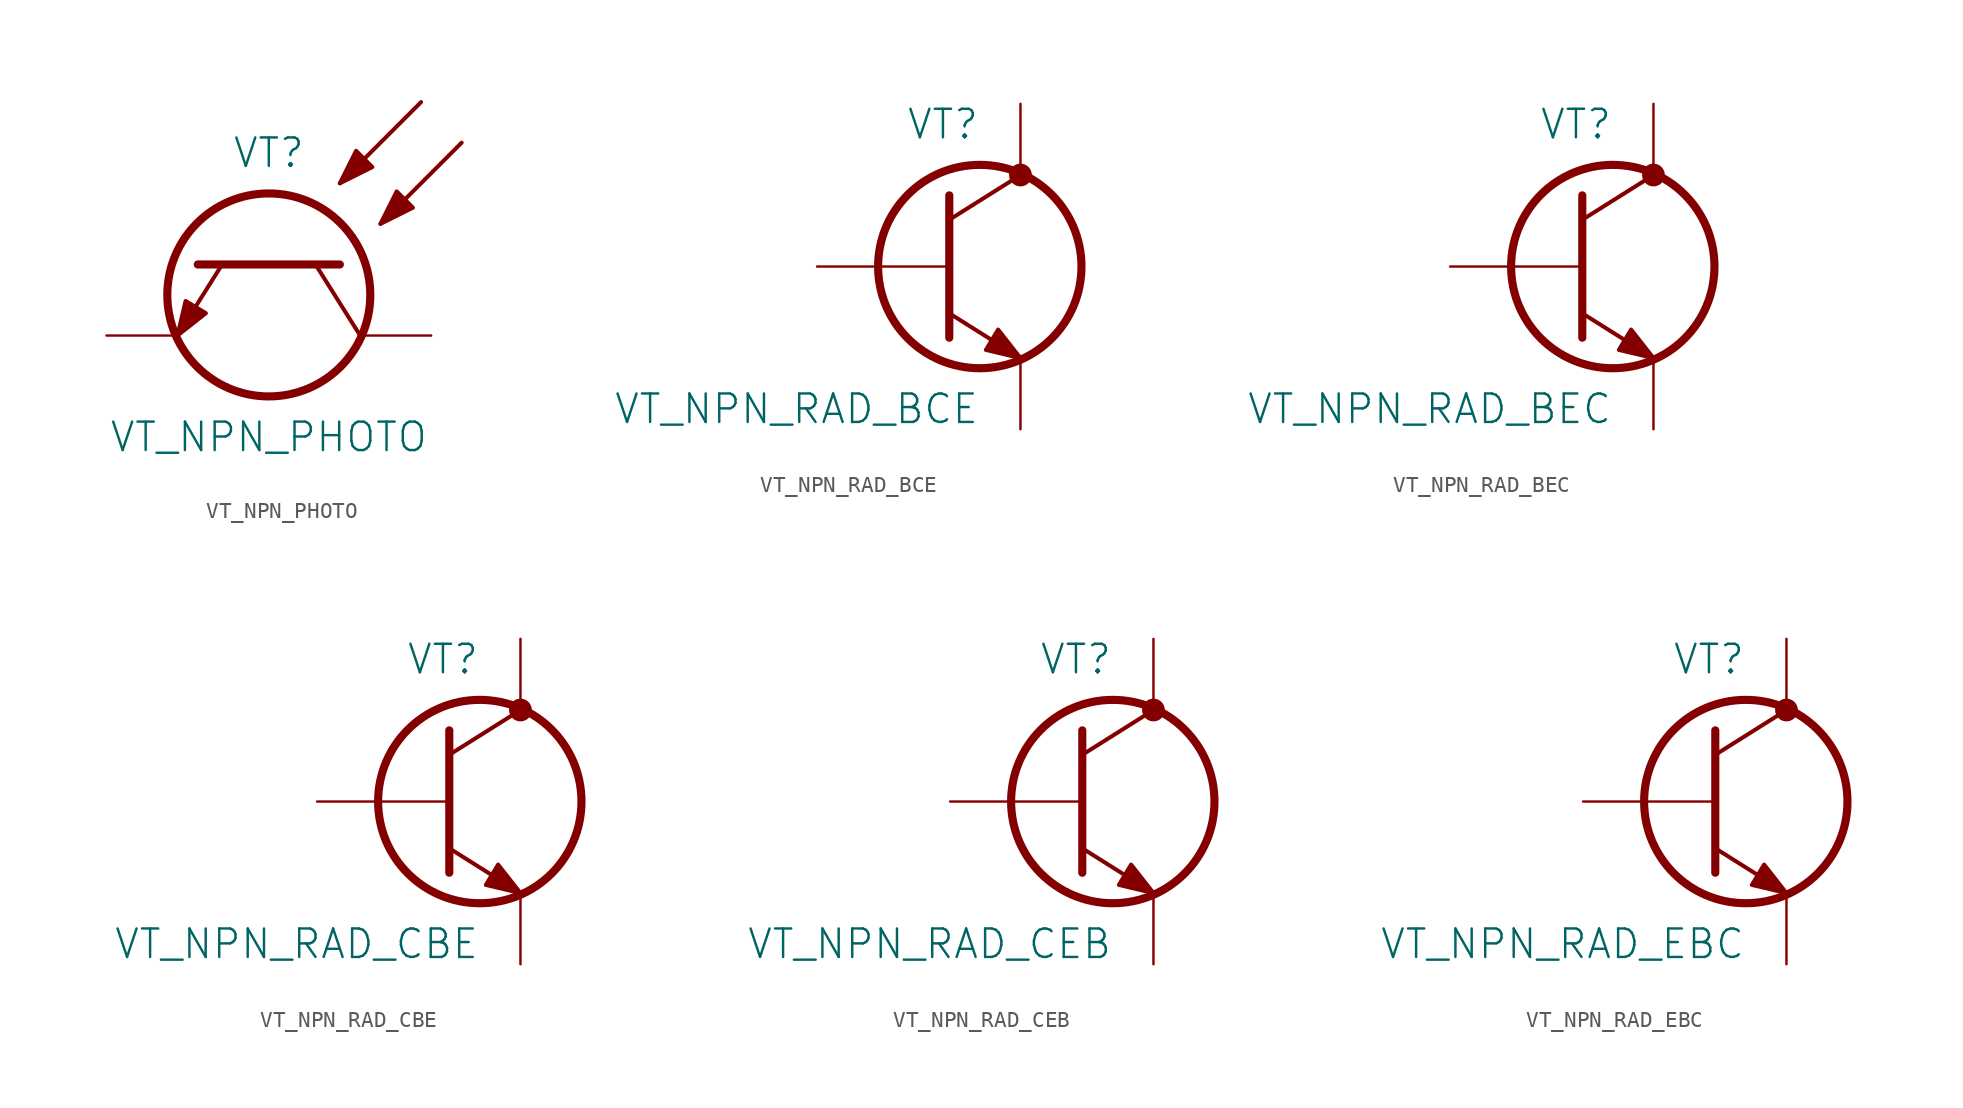
<source format=kicad_sym>
(kicad_symbol_lib
  (version 20211014)
  (generator kicad_symbol_editor)
  (symbol "VT_NPN_PHOTO"
    (pin_names
      (offset 0))
    (property "Reference" "VT"
      (at 0 8.89 0)
      (effects (font (size 1.778 1.778))))
    (property "Value" "VT_NPN_PHOTO"
      (at 0 -8.89 0)
      (effects (font (size 1.778 1.778))))
    (symbol "VT_NPN_PHOTO_0_1"
      (polyline (pts (xy -10.16 -2.54) (xy -5.715 -2.54)) (stroke (width 0) (type default) (color 0 0 0 0)) (fill (type none)))
      (polyline (pts (xy -5.715 -2.54) (xy -2.921 1.905)) (stroke (width 0.254) (type default) (color 0 0 0 0)) (fill (type none)))
      (polyline (pts (xy 2.921 1.905) (xy 5.715 -2.54)) (stroke (width 0.254) (type default) (color 0 0 0 0)) (fill (type none)))
      (polyline (pts (xy 4.445 1.905) (xy -4.445 1.905)) (stroke (width 0.508) (type default) (color 0 0 0 0)) (fill (type none)))
      (polyline (pts (xy 5.715 -2.54) (xy 10.16 -2.54)) (stroke (width 0) (type default) (color 0 0 0 0)) (fill (type none)))
      (polyline (pts (xy 9.525 12.065) (xy 4.445 6.985)) (stroke (width 0.254) (type default) (color 0 0 0 0)) (fill (type none)))
      (polyline (pts (xy 12.065 9.525) (xy 6.985 4.445)) (stroke (width 0.254) (type default) (color 0 0 0 0)) (fill (type none)))
      (polyline (pts (xy -5.715 -2.54) (xy -5.207 -0.381) (xy -3.937 -1.143) (xy -5.715 -2.54)) (stroke (width 0.254) (type default) (color 0 0 0 0)) (fill (type outline)))
      (polyline (pts (xy 4.445 6.985) (xy 5.461 9.017) (xy 6.477 8.001) (xy 4.445 6.985)) (stroke (width 0.254) (type default) (color 0 0 0 0)) (fill (type outline)))
      (polyline (pts (xy 6.985 4.445) (xy 8.001 6.477) (xy 9.017 5.461) (xy 6.985 4.445)) (stroke (width 0.254) (type default) (color 0 0 0 0)) (fill (type outline)))
      (circle (center 0 0) (radius 6.35) (stroke (width 0.508) (type default) (color 0 0 0 0)) (fill (type none))))
    (symbol "VT_NPN_PHOTO_1_1"
      (pin passive line (at -10.16 -2.54 0) (length 2.54) hide (name "E" (effects (font (size 1.27 1.27)))) (number "1" (effects (font (size 1.27 1.27)))))
      (pin passive line (at 10.16 -2.54 180) (length 2.54) hide (name "C" (effects (font (size 1.27 1.27)))) (number "2" (effects (font (size 1.27 1.27)))))))
  (symbol "VT_NPN_RAD_BCE"
    (pin_names
      (offset 0))
    (property "Reference" "VT"
      (at 0 8.89 0)
      (effects (font (size 1.778 1.778)) (justify right)))
    (property "Value" "VT_NPN_RAD_BCE"
      (at 0 -8.89 0)
      (effects (font (size 1.778 1.778)) (justify right)))
    (symbol "VT_NPN_RAD_BCE_0_1"
      (polyline (pts (xy -10.16 0) (xy -1.905 0)) (stroke (width 0) (type default) (color 0 0 0 0)) (fill (type none)))
      (polyline (pts (xy -1.905 -2.921) (xy 2.54 -5.715)) (stroke (width 0.254) (type default) (color 0 0 0 0)) (fill (type none)))
      (polyline (pts (xy -1.905 2.921) (xy 2.54 5.715)) (stroke (width 0.254) (type default) (color 0 0 0 0)) (fill (type none)))
      (polyline (pts (xy -1.905 4.445) (xy -1.905 -4.445)) (stroke (width 0.508) (type default) (color 0 0 0 0)) (fill (type none)))
      (polyline (pts (xy 2.54 -5.715) (xy 2.54 -10.16)) (stroke (width 0) (type default) (color 0 0 0 0)) (fill (type none)))
      (polyline (pts (xy 2.54 5.715) (xy 2.54 10.16)) (stroke (width 0) (type default) (color 0 0 0 0)) (fill (type none)))
      (polyline (pts (xy 2.54 -5.715) (xy 0.381 -5.207) (xy 1.143 -3.937) (xy 2.54 -5.715)) (stroke (width 0.254) (type default) (color 0 0 0 0)) (fill (type outline)))
      (circle (center 0 0) (radius 6.35) (stroke (width 0.508) (type default) (color 0 0 0 0)) (fill (type none)))
      (circle (center 2.54 5.715) (radius 0.635) (stroke (width 0) (type default) (color 0 0 0 0)) (fill (type outline))))
    (symbol "VT_NPN_RAD_BCE_1_1"
      (pin passive line (at -10.16 0 0) (length 2.54) hide (name "B" (effects (font (size 1.27 1.27)))) (number "1" (effects (font (size 1.27 1.27)))))
      (pin passive line (at 2.54 10.16 270) (length 2.54) hide (name "C" (effects (font (size 1.27 1.27)))) (number "2" (effects (font (size 1.27 1.27)))))
      (pin passive line (at 2.54 -10.16 90) (length 2.54) hide (name "E" (effects (font (size 1.27 1.27)))) (number "3" (effects (font (size 1.27 1.27)))))))
  (symbol "VT_NPN_RAD_BEC"
    (pin_names
      (offset 0))
    (property "Reference" "VT"
      (at 0 8.89 0)
      (effects (font (size 1.778 1.778)) (justify right)))
    (property "Value" "VT_NPN_RAD_BEC"
      (at 0 -8.89 0)
      (effects (font (size 1.778 1.778)) (justify right)))
    (symbol "VT_NPN_RAD_BEC_0_1"
      (polyline (pts (xy -10.16 0) (xy -1.905 0)) (stroke (width 0) (type default) (color 0 0 0 0)) (fill (type none)))
      (polyline (pts (xy -1.905 -2.921) (xy 2.54 -5.715)) (stroke (width 0.254) (type default) (color 0 0 0 0)) (fill (type none)))
      (polyline (pts (xy -1.905 2.921) (xy 2.54 5.715)) (stroke (width 0.254) (type default) (color 0 0 0 0)) (fill (type none)))
      (polyline (pts (xy -1.905 4.445) (xy -1.905 -4.445)) (stroke (width 0.508) (type default) (color 0 0 0 0)) (fill (type none)))
      (polyline (pts (xy 2.54 -5.715) (xy 2.54 -10.16)) (stroke (width 0) (type default) (color 0 0 0 0)) (fill (type none)))
      (polyline (pts (xy 2.54 5.715) (xy 2.54 10.16)) (stroke (width 0) (type default) (color 0 0 0 0)) (fill (type none)))
      (polyline (pts (xy 2.54 -5.715) (xy 0.381 -5.207) (xy 1.143 -3.937) (xy 2.54 -5.715)) (stroke (width 0.254) (type default) (color 0 0 0 0)) (fill (type outline)))
      (circle (center 0 0) (radius 6.35) (stroke (width 0.508) (type default) (color 0 0 0 0)) (fill (type none)))
      (circle (center 2.54 5.715) (radius 0.635) (stroke (width 0) (type default) (color 0 0 0 0)) (fill (type outline))))
    (symbol "VT_NPN_RAD_BEC_1_1"
      (pin passive line (at -10.16 0 0) (length 2.54) hide (name "B" (effects (font (size 1.27 1.27)))) (number "1" (effects (font (size 1.27 1.27)))))
      (pin passive line (at 2.54 -10.16 90) (length 2.54) hide (name "E" (effects (font (size 1.27 1.27)))) (number "2" (effects (font (size 1.27 1.27)))))
      (pin passive line (at 2.54 10.16 270) (length 2.54) hide (name "C" (effects (font (size 1.27 1.27)))) (number "3" (effects (font (size 1.27 1.27)))))))
  (symbol "VT_NPN_RAD_CBE"
    (pin_names
      (offset 0))
    (property "Reference" "VT"
      (at 0 8.89 0)
      (effects (font (size 1.778 1.778)) (justify right)))
    (property "Value" "VT_NPN_RAD_CBE"
      (at 0 -8.89 0)
      (effects (font (size 1.778 1.778)) (justify right)))
    (symbol "VT_NPN_RAD_CBE_0_1"
      (polyline (pts (xy -10.16 0) (xy -1.905 0)) (stroke (width 0) (type default) (color 0 0 0 0)) (fill (type none)))
      (polyline (pts (xy -1.905 -2.921) (xy 2.54 -5.715)) (stroke (width 0.254) (type default) (color 0 0 0 0)) (fill (type none)))
      (polyline (pts (xy -1.905 2.921) (xy 2.54 5.715)) (stroke (width 0.254) (type default) (color 0 0 0 0)) (fill (type none)))
      (polyline (pts (xy -1.905 4.445) (xy -1.905 -4.445)) (stroke (width 0.508) (type default) (color 0 0 0 0)) (fill (type none)))
      (polyline (pts (xy 2.54 -5.715) (xy 2.54 -10.16)) (stroke (width 0) (type default) (color 0 0 0 0)) (fill (type none)))
      (polyline (pts (xy 2.54 5.715) (xy 2.54 10.16)) (stroke (width 0) (type default) (color 0 0 0 0)) (fill (type none)))
      (polyline (pts (xy 2.54 -5.715) (xy 0.381 -5.207) (xy 1.143 -3.937) (xy 2.54 -5.715)) (stroke (width 0.254) (type default) (color 0 0 0 0)) (fill (type outline)))
      (circle (center 0 0) (radius 6.35) (stroke (width 0.508) (type default) (color 0 0 0 0)) (fill (type none)))
      (circle (center 2.54 5.715) (radius 0.635) (stroke (width 0) (type default) (color 0 0 0 0)) (fill (type outline))))
    (symbol "VT_NPN_RAD_CBE_1_1"
      (pin passive line (at 2.54 10.16 270) (length 2.54) hide (name "C" (effects (font (size 1.27 1.27)))) (number "1" (effects (font (size 1.27 1.27)))))
      (pin passive line (at -10.16 0 0) (length 2.54) hide (name "B" (effects (font (size 1.27 1.27)))) (number "2" (effects (font (size 1.27 1.27)))))
      (pin passive line (at 2.54 -10.16 90) (length 2.54) hide (name "E" (effects (font (size 1.27 1.27)))) (number "3" (effects (font (size 1.27 1.27)))))))
  (symbol "VT_NPN_RAD_CEB"
    (pin_names
      (offset 0))
    (property "Reference" "VT"
      (at 0 8.89 0)
      (effects (font (size 1.778 1.778)) (justify right)))
    (property "Value" "VT_NPN_RAD_CEB"
      (at 0 -8.89 0)
      (effects (font (size 1.778 1.778)) (justify right)))
    (symbol "VT_NPN_RAD_CEB_0_1"
      (polyline (pts (xy -10.16 0) (xy -1.905 0)) (stroke (width 0) (type default) (color 0 0 0 0)) (fill (type none)))
      (polyline (pts (xy -1.905 -2.921) (xy 2.54 -5.715)) (stroke (width 0.254) (type default) (color 0 0 0 0)) (fill (type none)))
      (polyline (pts (xy -1.905 2.921) (xy 2.54 5.715)) (stroke (width 0.254) (type default) (color 0 0 0 0)) (fill (type none)))
      (polyline (pts (xy -1.905 4.445) (xy -1.905 -4.445)) (stroke (width 0.508) (type default) (color 0 0 0 0)) (fill (type none)))
      (polyline (pts (xy 2.54 -5.715) (xy 2.54 -10.16)) (stroke (width 0) (type default) (color 0 0 0 0)) (fill (type none)))
      (polyline (pts (xy 2.54 5.715) (xy 2.54 10.16)) (stroke (width 0) (type default) (color 0 0 0 0)) (fill (type none)))
      (polyline (pts (xy 2.54 -5.715) (xy 0.381 -5.207) (xy 1.143 -3.937) (xy 2.54 -5.715)) (stroke (width 0.254) (type default) (color 0 0 0 0)) (fill (type outline)))
      (circle (center 0 0) (radius 6.35) (stroke (width 0.508) (type default) (color 0 0 0 0)) (fill (type none)))
      (circle (center 2.54 5.715) (radius 0.635) (stroke (width 0) (type default) (color 0 0 0 0)) (fill (type outline))))
    (symbol "VT_NPN_RAD_CEB_1_1"
      (pin passive line (at 2.54 10.16 270) (length 2.54) hide (name "C" (effects (font (size 1.27 1.27)))) (number "1" (effects (font (size 1.27 1.27)))))
      (pin passive line (at 2.54 -10.16 90) (length 2.54) hide (name "E" (effects (font (size 1.27 1.27)))) (number "2" (effects (font (size 1.27 1.27)))))
      (pin passive line (at -10.16 0 0) (length 2.54) hide (name "B" (effects (font (size 1.27 1.27)))) (number "3" (effects (font (size 1.27 1.27)))))))
  (symbol "VT_NPN_RAD_EBC"
    (pin_names
      (offset 0))
    (property "Reference" "VT"
      (at 0 8.89 0)
      (effects (font (size 1.778 1.778)) (justify right)))
    (property "Value" "VT_NPN_RAD_EBC"
      (at 0 -8.89 0)
      (effects (font (size 1.778 1.778)) (justify right)))
    (symbol "VT_NPN_RAD_EBC_0_1"
      (polyline (pts (xy -10.16 0) (xy -1.905 0)) (stroke (width 0) (type default) (color 0 0 0 0)) (fill (type none)))
      (polyline (pts (xy -1.905 -2.921) (xy 2.54 -5.715)) (stroke (width 0.254) (type default) (color 0 0 0 0)) (fill (type none)))
      (polyline (pts (xy -1.905 2.921) (xy 2.54 5.715)) (stroke (width 0.254) (type default) (color 0 0 0 0)) (fill (type none)))
      (polyline (pts (xy -1.905 4.445) (xy -1.905 -4.445)) (stroke (width 0.508) (type default) (color 0 0 0 0)) (fill (type none)))
      (polyline (pts (xy 2.54 -5.715) (xy 2.54 -10.16)) (stroke (width 0) (type default) (color 0 0 0 0)) (fill (type none)))
      (polyline (pts (xy 2.54 5.715) (xy 2.54 10.16)) (stroke (width 0) (type default) (color 0 0 0 0)) (fill (type none)))
      (polyline (pts (xy 2.54 -5.715) (xy 0.381 -5.207) (xy 1.143 -3.937) (xy 2.54 -5.715)) (stroke (width 0.254) (type default) (color 0 0 0 0)) (fill (type outline)))
      (circle (center 0 0) (radius 6.35) (stroke (width 0.508) (type default) (color 0 0 0 0)) (fill (type none)))
      (circle (center 2.54 5.715) (radius 0.635) (stroke (width 0) (type default) (color 0 0 0 0)) (fill (type outline))))
    (symbol "VT_NPN_RAD_EBC_1_1"
      (pin passive line (at 2.54 -10.16 90) (length 2.54) hide (name "E" (effects (font (size 1.27 1.27)))) (number "1" (effects (font (size 1.27 1.27)))))
      (pin passive line (at -10.16 0 0) (length 2.54) hide (name "B" (effects (font (size 1.27 1.27)))) (number "2" (effects (font (size 1.27 1.27)))))
      (pin passive line (at 2.54 10.16 270) (length 2.54) hide (name "C" (effects (font (size 1.27 1.27)))) (number "3" (effects (font (size 1.27 1.27))))))))
</source>
